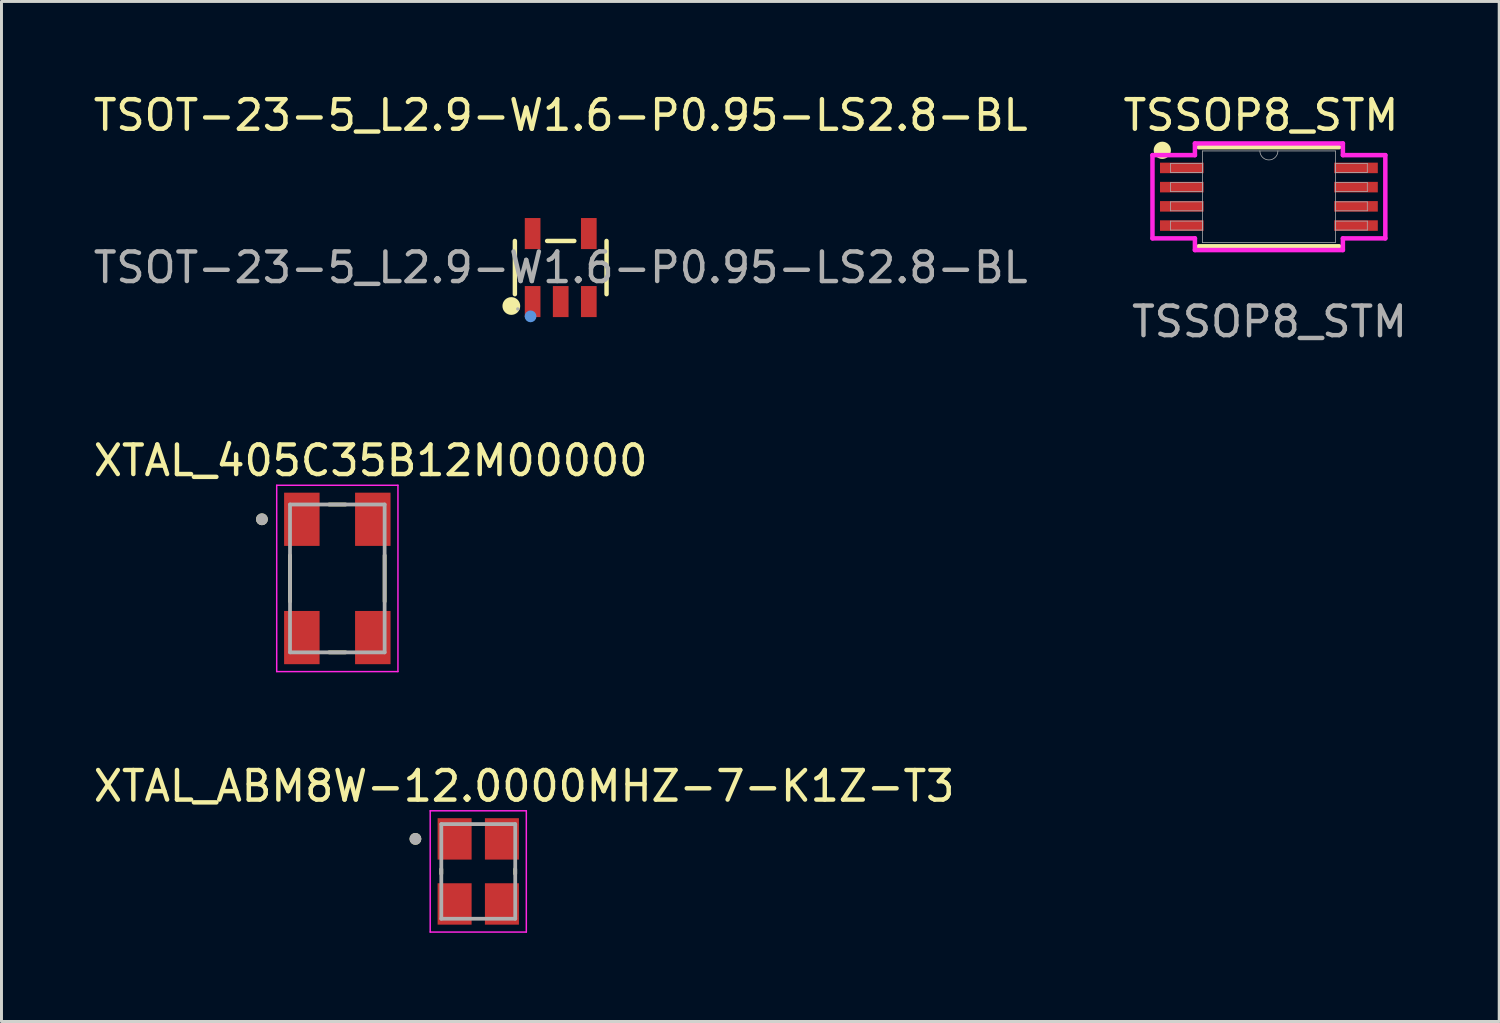
<source format=kicad_pcb>
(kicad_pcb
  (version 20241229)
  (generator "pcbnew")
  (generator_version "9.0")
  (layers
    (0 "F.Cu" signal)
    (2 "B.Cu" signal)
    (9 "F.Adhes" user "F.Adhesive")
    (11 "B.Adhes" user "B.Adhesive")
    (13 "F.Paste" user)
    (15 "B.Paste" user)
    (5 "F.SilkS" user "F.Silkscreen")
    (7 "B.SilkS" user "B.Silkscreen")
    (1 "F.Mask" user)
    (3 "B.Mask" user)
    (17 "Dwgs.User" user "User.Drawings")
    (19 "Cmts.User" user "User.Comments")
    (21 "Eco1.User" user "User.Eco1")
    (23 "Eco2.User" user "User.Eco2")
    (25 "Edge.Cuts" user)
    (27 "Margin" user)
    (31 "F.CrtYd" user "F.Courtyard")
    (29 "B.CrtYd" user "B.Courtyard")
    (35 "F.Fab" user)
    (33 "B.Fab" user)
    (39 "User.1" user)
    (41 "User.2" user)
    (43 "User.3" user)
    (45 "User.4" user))
  (footprint "TSSOP8_STM"
    (layer "F.Cu")
    (at 39.859 3.603)
    (property "Reference" "TSSOP8_STM" (at -0.27 -2.755 0) (unlocked yes) (layer "F.SilkS") (effects (font (size 1 1) (thickness 0.15))))
    (attr smd)
    (fp_line (start -2.375 1.676) (end 2.375 1.676) (stroke (width 0.152) (type solid)) (layer "F.SilkS"))
    (fp_line (start 2.375 -1.676) (end -2.375 -1.676) (stroke (width 0.152) (type solid)) (layer "F.SilkS"))
    (fp_circle (center -3.605 -1.57) (end -3.373 -1.57) (stroke (width 0.12) (type solid)) (fill yes) (layer "F.SilkS"))
    (fp_line (start -3.937 -1.407) (end -2.502 -1.407) (stroke (width 0.152) (type solid)) (layer "F.CrtYd"))
    (fp_line (start -3.937 1.407) (end -3.937 -1.407) (stroke (width 0.152) (type solid)) (layer "F.CrtYd"))
    (fp_line (start -3.937 1.407) (end -2.502 1.407) (stroke (width 0.152) (type solid)) (layer "F.CrtYd"))
    (fp_line (start -2.502 -1.803) (end 2.502 -1.803) (stroke (width 0.152) (type solid)) (layer "F.CrtYd"))
    (fp_line (start -2.502 -1.407) (end -2.502 -1.803) (stroke (width 0.152) (type solid)) (layer "F.CrtYd"))
    (fp_line (start -2.502 1.803) (end -2.502 1.407) (stroke (width 0.152) (type solid)) (layer "F.CrtYd"))
    (fp_line (start 2.502 -1.803) (end 2.502 -1.407) (stroke (width 0.152) (type solid)) (layer "F.CrtYd"))
    (fp_line (start 2.502 1.407) (end 2.502 1.803) (stroke (width 0.152) (type solid)) (layer "F.CrtYd"))
    (fp_line (start 2.502 1.803) (end -2.502 1.803) (stroke (width 0.152) (type solid)) (layer "F.CrtYd"))
    (fp_line (start 3.937 -1.407) (end 2.502 -1.407) (stroke (width 0.152) (type solid)) (layer "F.CrtYd"))
    (fp_line (start 3.937 -1.407) (end 3.937 1.407) (stroke (width 0.152) (type solid)) (layer "F.CrtYd"))
    (fp_line (start 3.937 1.407) (end 2.502 1.407) (stroke (width 0.152) (type solid)) (layer "F.CrtYd"))
    (fp_line (start -3.327 -1.127) (end -3.327 -0.823) (stroke (width 0.025) (type solid)) (layer "F.Fab"))
    (fp_line (start -3.327 -0.823) (end -2.248 -0.823) (stroke (width 0.025) (type solid)) (layer "F.Fab"))
    (fp_line (start -3.327 -0.477) (end -3.327 -0.173) (stroke (width 0.025) (type solid)) (layer "F.Fab"))
    (fp_line (start -3.327 -0.173) (end -2.248 -0.173) (stroke (width 0.025) (type solid)) (layer "F.Fab"))
    (fp_line (start -3.327 0.173) (end -3.327 0.477) (stroke (width 0.025) (type solid)) (layer "F.Fab"))
    (fp_line (start -3.327 0.477) (end -2.248 0.477) (stroke (width 0.025) (type solid)) (layer "F.Fab"))
    (fp_line (start -3.327 0.823) (end -3.327 1.127) (stroke (width 0.025) (type solid)) (layer "F.Fab"))
    (fp_line (start -3.327 1.127) (end -2.248 1.127) (stroke (width 0.025) (type solid)) (layer "F.Fab"))
    (fp_line (start -2.248 -1.549) (end -2.248 1.549) (stroke (width 0.025) (type solid)) (layer "F.Fab"))
    (fp_line (start -2.248 -1.127) (end -3.327 -1.127) (stroke (width 0.025) (type solid)) (layer "F.Fab"))
    (fp_line (start -2.248 -0.823) (end -2.248 -1.127) (stroke (width 0.025) (type solid)) (layer "F.Fab"))
    (fp_line (start -2.248 -0.477) (end -3.327 -0.477) (stroke (width 0.025) (type solid)) (layer "F.Fab"))
    (fp_line (start -2.248 -0.173) (end -2.248 -0.477) (stroke (width 0.025) (type solid)) (layer "F.Fab"))
    (fp_line (start -2.248 0.173) (end -3.327 0.173) (stroke (width 0.025) (type solid)) (layer "F.Fab"))
    (fp_line (start -2.248 0.477) (end -2.248 0.173) (stroke (width 0.025) (type solid)) (layer "F.Fab"))
    (fp_line (start -2.248 0.823) (end -3.327 0.823) (stroke (width 0.025) (type solid)) (layer "F.Fab"))
    (fp_line (start -2.248 1.127) (end -2.248 0.823) (stroke (width 0.025) (type solid)) (layer "F.Fab"))
    (fp_line (start -2.248 1.549) (end 2.248 1.549) (stroke (width 0.025) (type solid)) (layer "F.Fab"))
    (fp_line (start 2.248 -1.549) (end -2.248 -1.549) (stroke (width 0.025) (type solid)) (layer "F.Fab"))
    (fp_line (start 2.248 -1.127) (end 2.248 -0.823) (stroke (width 0.025) (type solid)) (layer "F.Fab"))
    (fp_line (start 2.248 -0.823) (end 3.327 -0.823) (stroke (width 0.025) (type solid)) (layer "F.Fab"))
    (fp_line (start 2.248 -0.477) (end 2.248 -0.173) (stroke (width 0.025) (type solid)) (layer "F.Fab"))
    (fp_line (start 2.248 -0.173) (end 3.327 -0.173) (stroke (width 0.025) (type solid)) (layer "F.Fab"))
    (fp_line (start 2.248 0.173) (end 2.248 0.477) (stroke (width 0.025) (type solid)) (layer "F.Fab"))
    (fp_line (start 2.248 0.477) (end 3.327 0.477) (stroke (width 0.025) (type solid)) (layer "F.Fab"))
    (fp_line (start 2.248 0.823) (end 2.248 1.127) (stroke (width 0.025) (type solid)) (layer "F.Fab"))
    (fp_line (start 2.248 1.127) (end 3.327 1.127) (stroke (width 0.025) (type solid)) (layer "F.Fab"))
    (fp_line (start 2.248 1.549) (end 2.248 -1.549) (stroke (width 0.025) (type solid)) (layer "F.Fab"))
    (fp_line (start 3.327 -1.127) (end 2.248 -1.127) (stroke (width 0.025) (type solid)) (layer "F.Fab"))
    (fp_line (start 3.327 -0.823) (end 3.327 -1.127) (stroke (width 0.025) (type solid)) (layer "F.Fab"))
    (fp_line (start 3.327 -0.477) (end 2.248 -0.477) (stroke (width 0.025) (type solid)) (layer "F.Fab"))
    (fp_line (start 3.327 -0.173) (end 3.327 -0.477) (stroke (width 0.025) (type solid)) (layer "F.Fab"))
    (fp_line (start 3.327 0.173) (end 2.248 0.173) (stroke (width 0.025) (type solid)) (layer "F.Fab"))
    (fp_line (start 3.327 0.477) (end 3.327 0.173) (stroke (width 0.025) (type solid)) (layer "F.Fab"))
    (fp_line (start 3.327 0.823) (end 2.248 0.823) (stroke (width 0.025) (type solid)) (layer "F.Fab"))
    (fp_line (start 3.327 1.127) (end 3.327 0.823) (stroke (width 0.025) (type solid)) (layer "F.Fab"))
    (fp_arc (start 0.3048 -1.5494) (mid 0 -1.2446) (end -0.3048 -1.5494) (stroke (width 0.0254) (type solid)) (layer "F.Fab"))
    (fp_text user "${REFERENCE}" (at 0.02 4.225 0) (unlocked yes) (layer "F.Fab") (effects (font (size 1 1) (thickness 0.15))))
    (pad "1" smd rect (at -2.946 -0.975) (size 1.473 0.356) (layers "F.Cu" "F.Mask" "F.Paste"))
    (pad "2" smd rect (at -2.946 -0.325) (size 1.473 0.356) (layers "F.Cu" "F.Mask" "F.Paste"))
    (pad "3" smd rect (at -2.946 0.325) (size 1.473 0.356) (layers "F.Cu" "F.Mask" "F.Paste"))
    (pad "4" smd rect (at -2.946 0.975) (size 1.473 0.356) (layers "F.Cu" "F.Mask" "F.Paste"))
    (pad "5" smd rect (at 2.946 0.975) (size 1.473 0.356) (layers "F.Cu" "F.Mask" "F.Paste"))
    (pad "6" smd rect (at 2.946 0.325) (size 1.473 0.356) (layers "F.Cu" "F.Mask" "F.Paste"))
    (pad "7" smd rect (at 2.946 -0.325) (size 1.473 0.356) (layers "F.Cu" "F.Mask" "F.Paste"))
    (pad "8" smd rect (at 2.946 -0.975) (size 1.473 0.356) (layers "F.Cu" "F.Mask" "F.Paste")))
  (footprint "TSOT-23-5_L2.9-W1.6-P0.95-LS2.8-BL"
    (layer "F.Cu")
    (at 15.911 5.998)
    (property "Reference" "TSOT-23-5_L2.9-W1.6-P0.95-LS2.8-BL" (at 0 -5.15 0) (layer "F.SilkS") (effects (font (size 1 1) (thickness 0.15))))
    (attr smd)
    (fp_line (start -1.55 0.9) (end -1.55 -0.9) (stroke (width 0.15) (type solid)) (layer "F.SilkS"))
    (fp_line (start 0.46 -0.9) (end -0.46 -0.9) (stroke (width 0.15) (type solid)) (layer "F.SilkS"))
    (fp_line (start 1.55 0.9) (end 1.55 -0.9) (stroke (width 0.15) (type solid)) (layer "F.SilkS"))
    (fp_circle (center -1.67 1.3) (end -1.52 1.3) (stroke (width 0.3) (type solid)) (fill no) (layer "F.SilkS"))
    (fp_circle (center -1.02 1.65) (end -0.92 1.65) (stroke (width 0.2) (type solid)) (fill no) (layer "Cmts.User"))
    (fp_circle (center -1.45 1.4) (end -1.42 1.4) (stroke (width 0.06) (type solid)) (fill no) (layer "F.Fab"))
    (fp_text user "${REFERENCE}" (at 0 0 0) (layer "F.Fab") (effects (font (size 1 1) (thickness 0.15))))
    (pad "1" smd rect (at -0.95 1.15) (size 0.53 1.05) (layers "F.Cu" "F.Mask" "F.Paste"))
    (pad "2" smd rect (at 0 1.15) (size 0.53 1.05) (layers "F.Cu" "F.Mask" "F.Paste"))
    (pad "3" smd rect (at 0.95 1.15) (size 0.53 1.05) (layers "F.Cu" "F.Mask" "F.Paste"))
    (pad "4" smd rect (at 0.95 -1.15) (size 0.53 1.05) (layers "F.Cu" "F.Mask" "F.Paste"))
    (pad "5" smd rect (at -0.95 -1.15) (size 0.53 1.05) (layers "F.Cu" "F.Mask" "F.Paste")))
  (footprint "XTAL_405C35B12M00000"
    (layer "F.Cu")
    (at 8.357 16.51)
    (property "Reference" "XTAL_405C35B12M00000" (at 1.125 -3.985 0) (layer "F.SilkS") (effects (font (size 1 1) (thickness 0.15))))
    (attr smd)
    (fp_line (start -1.6 -0.78) (end -1.6 0.78) (stroke (width 0.127) (type solid)) (layer "F.SilkS"))
    (fp_line (start -0.28 -2.5) (end 0.28 -2.5) (stroke (width 0.127) (type solid)) (layer "F.SilkS"))
    (fp_line (start -0.28 2.5) (end 0.28 2.5) (stroke (width 0.127) (type solid)) (layer "F.SilkS"))
    (fp_line (start 1.6 -0.78) (end 1.6 0.78) (stroke (width 0.127) (type solid)) (layer "F.SilkS"))
    (fp_circle (center -2.55 -2) (end -2.45 -2) (stroke (width 0.2) (type solid)) (fill no) (layer "F.SilkS"))
    (fp_line (start -2.05 -3.15) (end -2.05 3.15) (stroke (width 0.05) (type solid)) (layer "F.CrtYd"))
    (fp_line (start -2.05 -3.15) (end 2.05 -3.15) (stroke (width 0.05) (type solid)) (layer "F.CrtYd"))
    (fp_line (start 2.05 -3.15) (end 2.05 3.15) (stroke (width 0.05) (type solid)) (layer "F.CrtYd"))
    (fp_line (start 2.05 3.15) (end -2.05 3.15) (stroke (width 0.05) (type solid)) (layer "F.CrtYd"))
    (fp_line (start -1.6 -2.5) (end -1.6 2.5) (stroke (width 0.127) (type solid)) (layer "F.Fab"))
    (fp_line (start -1.6 -2.5) (end 1.6 -2.5) (stroke (width 0.127) (type solid)) (layer "F.Fab"))
    (fp_line (start 1.6 -2.5) (end 1.6 2.5) (stroke (width 0.127) (type solid)) (layer "F.Fab"))
    (fp_line (start 1.6 2.5) (end -1.6 2.5) (stroke (width 0.127) (type solid)) (layer "F.Fab"))
    (fp_circle (center -2.55 -2) (end -2.45 -2) (stroke (width 0.2) (type solid)) (fill no) (layer "F.Fab"))
    (pad "1" smd rect (at -1.2 -2) (size 1.2 1.8) (layers "F.Cu" "F.Mask" "F.Paste"))
    (pad "2" smd rect (at -1.2 2) (size 1.2 1.8) (layers "F.Cu" "F.Mask" "F.Paste"))
    (pad "3" smd rect (at 1.2 2) (size 1.2 1.8) (layers "F.Cu" "F.Mask" "F.Paste"))
    (pad "4" smd rect (at 1.2 -2) (size 1.2 1.8) (layers "F.Cu" "F.Mask" "F.Paste")))
  (footprint "XTAL_ABM8W-12.0000MHZ-7-K1Z-T3"
    (layer "F.Cu")
    (at 13.123 26.418)
    (property "Reference" "XTAL_ABM8W-12.0000MHZ-7-K1Z-T3" (at 1.55 -2.885 0) (layer "F.SilkS") (effects (font (size 1 1) (thickness 0.15))))
    (attr smd)
    (fp_line (start -1.25 -0.08) (end -1.25 0.08) (stroke (width 0.127) (type solid)) (layer "F.SilkS"))
    (fp_line (start 1.25 -0.08) (end 1.25 0.08) (stroke (width 0.127) (type solid)) (layer "F.SilkS"))
    (fp_circle (center -2.125 -1.1) (end -2.025 -1.1) (stroke (width 0.2) (type solid)) (fill no) (layer "F.SilkS"))
    (fp_line (start -1.625 -2.05) (end -1.625 2.05) (stroke (width 0.05) (type solid)) (layer "F.CrtYd"))
    (fp_line (start -1.625 -2.05) (end 1.625 -2.05) (stroke (width 0.05) (type solid)) (layer "F.CrtYd"))
    (fp_line (start 1.625 -2.05) (end 1.625 2.05) (stroke (width 0.05) (type solid)) (layer "F.CrtYd"))
    (fp_line (start 1.625 2.05) (end -1.625 2.05) (stroke (width 0.05) (type solid)) (layer "F.CrtYd"))
    (fp_line (start -1.25 -1.6) (end -1.25 1.6) (stroke (width 0.127) (type solid)) (layer "F.Fab"))
    (fp_line (start -1.25 -1.6) (end 1.25 -1.6) (stroke (width 0.127) (type solid)) (layer "F.Fab"))
    (fp_line (start 1.25 -1.6) (end 1.25 1.6) (stroke (width 0.127) (type solid)) (layer "F.Fab"))
    (fp_line (start 1.25 1.6) (end -1.25 1.6) (stroke (width 0.127) (type solid)) (layer "F.Fab"))
    (fp_circle (center -2.125 -1.1) (end -2.025 -1.1) (stroke (width 0.2) (type solid)) (fill no) (layer "F.Fab"))
    (pad "1" smd rect (at -0.8 -1.1) (size 1.15 1.4) (layers "F.Cu" "F.Mask" "F.Paste"))
    (pad "2" smd rect (at -0.8 1.1) (size 1.15 1.4) (layers "F.Cu" "F.Mask" "F.Paste"))
    (pad "3" smd rect (at 0.8 1.1) (size 1.15 1.4) (layers "F.Cu" "F.Mask" "F.Paste"))
    (pad "4" smd rect (at 0.8 -1.1) (size 1.15 1.4) (layers "F.Cu" "F.Mask" "F.Paste")))
  (gr_rect
    (start -3 -3)
    (end 47.647 31.493)
    (stroke (width 0.1) (type default))
    (fill no)
    (layer "Edge.Cuts")))
</source>
